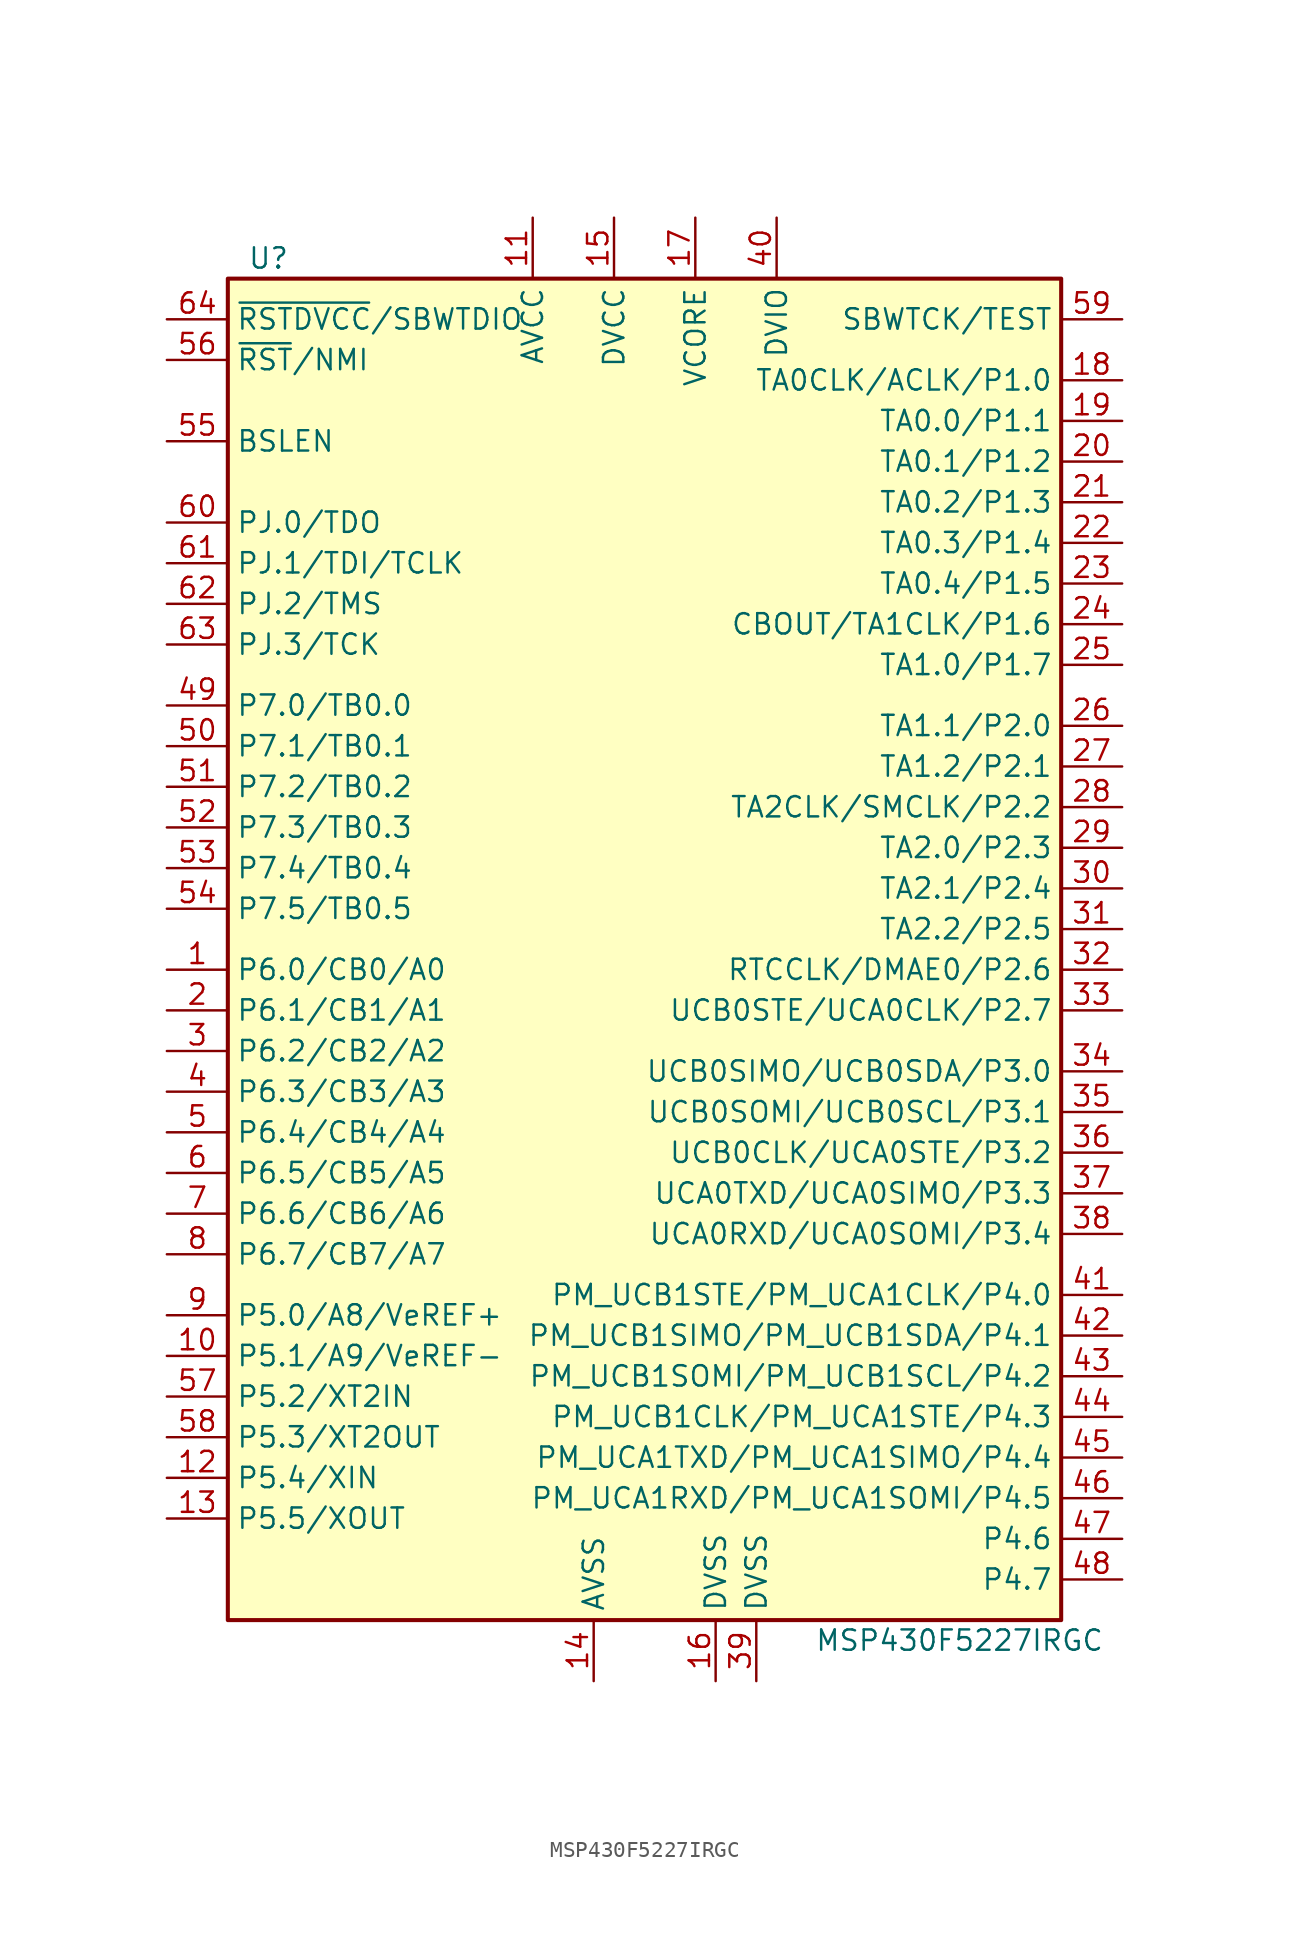
<source format=kicad_sym>
(kicad_symbol_lib
  (version 20220914)
  (generator kicad_symbol_editor)
  (symbol "MSP430F5227IRGC"
    (property "Reference" "U"
      (at -24.13 43.18 0)
      (effects (font (size 1.27 1.27))))
    (property "Value" "MSP430F5227IRGC"
      (at 19.05 -43.18 0)
      (effects (font (size 1.27 1.27))))
    (symbol "MSP430F5227IRGC_0_1"
      (rectangle (start -26.67 41.91) (end 25.4 -41.91) (stroke (width 0.254) (type default)) (fill (type background))))
    (symbol "MSP430F5227IRGC_1_1"
      (pin bidirectional line (at -30.48 -1.27 0) (length 3.81) (name "P6.0/CB0/A0" (effects (font (size 1.27 1.27)))) (number "1" (effects (font (size 1.27 1.27)))))
      (pin bidirectional line (at -30.48 -25.4 0) (length 3.81) (name "P5.1/A9/VeREF-" (effects (font (size 1.27 1.27)))) (number "10" (effects (font (size 1.27 1.27)))))
      (pin power_in line (at -7.62 45.72 270) (length 3.81) (name "AVCC" (effects (font (size 1.27 1.27)))) (number "11" (effects (font (size 1.27 1.27)))))
      (pin bidirectional line (at -30.48 -33.02 0) (length 3.81) (name "P5.4/XIN" (effects (font (size 1.27 1.27)))) (number "12" (effects (font (size 1.27 1.27)))))
      (pin bidirectional line (at -30.48 -35.56 0) (length 3.81) (name "P5.5/XOUT" (effects (font (size 1.27 1.27)))) (number "13" (effects (font (size 1.27 1.27)))))
      (pin power_in line (at -3.81 -45.72 90) (length 3.81) (name "AVSS" (effects (font (size 1.27 1.27)))) (number "14" (effects (font (size 1.27 1.27)))))
      (pin power_in line (at -2.54 45.72 270) (length 3.81) (name "DVCC" (effects (font (size 1.27 1.27)))) (number "15" (effects (font (size 1.27 1.27)))))
      (pin power_in line (at 3.81 -45.72 90) (length 3.81) (name "DVSS" (effects (font (size 1.27 1.27)))) (number "16" (effects (font (size 1.27 1.27)))))
      (pin power_in line (at 2.54 45.72 270) (length 3.81) (name "VCORE" (effects (font (size 1.27 1.27)))) (number "17" (effects (font (size 1.27 1.27)))))
      (pin bidirectional line (at 29.21 35.56 180) (length 3.81) (name "TA0CLK/ACLK/P1.0" (effects (font (size 1.27 1.27)))) (number "18" (effects (font (size 1.27 1.27)))))
      (pin bidirectional line (at 29.21 33.02 180) (length 3.81) (name "TA0.0/P1.1" (effects (font (size 1.27 1.27)))) (number "19" (effects (font (size 1.27 1.27)))))
      (pin bidirectional line (at -30.48 -3.81 0) (length 3.81) (name "P6.1/CB1/A1" (effects (font (size 1.27 1.27)))) (number "2" (effects (font (size 1.27 1.27)))))
      (pin bidirectional line (at 29.21 30.48 180) (length 3.81) (name "TA0.1/P1.2" (effects (font (size 1.27 1.27)))) (number "20" (effects (font (size 1.27 1.27)))))
      (pin bidirectional line (at 29.21 27.94 180) (length 3.81) (name "TA0.2/P1.3" (effects (font (size 1.27 1.27)))) (number "21" (effects (font (size 1.27 1.27)))))
      (pin bidirectional line (at 29.21 25.4 180) (length 3.81) (name "TA0.3/P1.4" (effects (font (size 1.27 1.27)))) (number "22" (effects (font (size 1.27 1.27)))))
      (pin bidirectional line (at 29.21 22.86 180) (length 3.81) (name "TA0.4/P1.5" (effects (font (size 1.27 1.27)))) (number "23" (effects (font (size 1.27 1.27)))))
      (pin bidirectional line (at 29.21 20.32 180) (length 3.81) (name "CBOUT/TA1CLK/P1.6" (effects (font (size 1.27 1.27)))) (number "24" (effects (font (size 1.27 1.27)))))
      (pin bidirectional line (at 29.21 17.78 180) (length 3.81) (name "TA1.0/P1.7" (effects (font (size 1.27 1.27)))) (number "25" (effects (font (size 1.27 1.27)))))
      (pin bidirectional line (at 29.21 13.97 180) (length 3.81) (name "TA1.1/P2.0" (effects (font (size 1.27 1.27)))) (number "26" (effects (font (size 1.27 1.27)))))
      (pin bidirectional line (at 29.21 11.43 180) (length 3.81) (name "TA1.2/P2.1" (effects (font (size 1.27 1.27)))) (number "27" (effects (font (size 1.27 1.27)))))
      (pin bidirectional line (at 29.21 8.89 180) (length 3.81) (name "TA2CLK/SMCLK/P2.2" (effects (font (size 1.27 1.27)))) (number "28" (effects (font (size 1.27 1.27)))))
      (pin bidirectional line (at 29.21 6.35 180) (length 3.81) (name "TA2.0/P2.3" (effects (font (size 1.27 1.27)))) (number "29" (effects (font (size 1.27 1.27)))))
      (pin bidirectional line (at -30.48 -6.35 0) (length 3.81) (name "P6.2/CB2/A2" (effects (font (size 1.27 1.27)))) (number "3" (effects (font (size 1.27 1.27)))))
      (pin bidirectional line (at 29.21 3.81 180) (length 3.81) (name "TA2.1/P2.4" (effects (font (size 1.27 1.27)))) (number "30" (effects (font (size 1.27 1.27)))))
      (pin bidirectional line (at 29.21 1.27 180) (length 3.81) (name "TA2.2/P2.5" (effects (font (size 1.27 1.27)))) (number "31" (effects (font (size 1.27 1.27)))))
      (pin bidirectional line (at 29.21 -1.27 180) (length 3.81) (name "RTCCLK/DMAE0/P2.6" (effects (font (size 1.27 1.27)))) (number "32" (effects (font (size 1.27 1.27)))))
      (pin bidirectional line (at 29.21 -3.81 180) (length 3.81) (name "UCB0STE/UCA0CLK/P2.7" (effects (font (size 1.27 1.27)))) (number "33" (effects (font (size 1.27 1.27)))))
      (pin bidirectional line (at 29.21 -7.62 180) (length 3.81) (name "UCB0SIMO/UCB0SDA/P3.0" (effects (font (size 1.27 1.27)))) (number "34" (effects (font (size 1.27 1.27)))))
      (pin bidirectional line (at 29.21 -10.16 180) (length 3.81) (name "UCB0SOMI/UCB0SCL/P3.1" (effects (font (size 1.27 1.27)))) (number "35" (effects (font (size 1.27 1.27)))))
      (pin bidirectional line (at 29.21 -12.7 180) (length 3.81) (name "UCB0CLK/UCA0STE/P3.2" (effects (font (size 1.27 1.27)))) (number "36" (effects (font (size 1.27 1.27)))))
      (pin bidirectional line (at 29.21 -15.24 180) (length 3.81) (name "UCA0TXD/UCA0SIMO/P3.3" (effects (font (size 1.27 1.27)))) (number "37" (effects (font (size 1.27 1.27)))))
      (pin bidirectional line (at 29.21 -17.78 180) (length 3.81) (name "UCA0RXD/UCA0SOMI/P3.4" (effects (font (size 1.27 1.27)))) (number "38" (effects (font (size 1.27 1.27)))))
      (pin power_in line (at 6.35 -45.72 90) (length 3.81) (name "DVSS" (effects (font (size 1.27 1.27)))) (number "39" (effects (font (size 1.27 1.27)))))
      (pin bidirectional line (at -30.48 -8.89 0) (length 3.81) (name "P6.3/CB3/A3" (effects (font (size 1.27 1.27)))) (number "4" (effects (font (size 1.27 1.27)))))
      (pin power_in line (at 7.62 45.72 270) (length 3.81) (name "DVIO" (effects (font (size 1.27 1.27)))) (number "40" (effects (font (size 1.27 1.27)))))
      (pin bidirectional line (at 29.21 -21.59 180) (length 3.81) (name "PM_UCB1STE/PM_UCA1CLK/P4.0" (effects (font (size 1.27 1.27)))) (number "41" (effects (font (size 1.27 1.27)))))
      (pin bidirectional line (at 29.21 -24.13 180) (length 3.81) (name "PM_UCB1SIMO/PM_UCB1SDA/P4.1" (effects (font (size 1.27 1.27)))) (number "42" (effects (font (size 1.27 1.27)))))
      (pin bidirectional line (at 29.21 -26.67 180) (length 3.81) (name "PM_UCB1SOMI/PM_UCB1SCL/P4.2" (effects (font (size 1.27 1.27)))) (number "43" (effects (font (size 1.27 1.27)))))
      (pin bidirectional line (at 29.21 -29.21 180) (length 3.81) (name "PM_UCB1CLK/PM_UCA1STE/P4.3" (effects (font (size 1.27 1.27)))) (number "44" (effects (font (size 1.27 1.27)))))
      (pin bidirectional line (at 29.21 -31.75 180) (length 3.81) (name "PM_UCA1TXD/PM_UCA1SIMO/P4.4" (effects (font (size 1.27 1.27)))) (number "45" (effects (font (size 1.27 1.27)))))
      (pin bidirectional line (at 29.21 -34.29 180) (length 3.81) (name "PM_UCA1RXD/PM_UCA1SOMI/P4.5" (effects (font (size 1.27 1.27)))) (number "46" (effects (font (size 1.27 1.27)))))
      (pin bidirectional line (at 29.21 -36.83 180) (length 3.81) (name "P4.6" (effects (font (size 1.27 1.27)))) (number "47" (effects (font (size 1.27 1.27)))))
      (pin bidirectional line (at 29.21 -39.37 180) (length 3.81) (name "P4.7" (effects (font (size 1.27 1.27)))) (number "48" (effects (font (size 1.27 1.27)))))
      (pin bidirectional line (at -30.48 15.24 0) (length 3.81) (name "P7.0/TB0.0" (effects (font (size 1.27 1.27)))) (number "49" (effects (font (size 1.27 1.27)))))
      (pin bidirectional line (at -30.48 -11.43 0) (length 3.81) (name "P6.4/CB4/A4" (effects (font (size 1.27 1.27)))) (number "5" (effects (font (size 1.27 1.27)))))
      (pin bidirectional line (at -30.48 12.7 0) (length 3.81) (name "P7.1/TB0.1" (effects (font (size 1.27 1.27)))) (number "50" (effects (font (size 1.27 1.27)))))
      (pin bidirectional line (at -30.48 10.16 0) (length 3.81) (name "P7.2/TB0.2" (effects (font (size 1.27 1.27)))) (number "51" (effects (font (size 1.27 1.27)))))
      (pin bidirectional line (at -30.48 7.62 0) (length 3.81) (name "P7.3/TB0.3" (effects (font (size 1.27 1.27)))) (number "52" (effects (font (size 1.27 1.27)))))
      (pin bidirectional line (at -30.48 5.08 0) (length 3.81) (name "P7.4/TB0.4" (effects (font (size 1.27 1.27)))) (number "53" (effects (font (size 1.27 1.27)))))
      (pin bidirectional line (at -30.48 2.54 0) (length 3.81) (name "P7.5/TB0.5" (effects (font (size 1.27 1.27)))) (number "54" (effects (font (size 1.27 1.27)))))
      (pin bidirectional line (at -30.48 31.75 0) (length 3.81) (name "BSLEN" (effects (font (size 1.27 1.27)))) (number "55" (effects (font (size 1.27 1.27)))))
      (pin input line (at -30.48 36.83 0) (length 3.81) (name "~{RST}/NMI" (effects (font (size 1.27 1.27)))) (number "56" (effects (font (size 1.27 1.27)))))
      (pin bidirectional line (at -30.48 -27.94 0) (length 3.81) (name "P5.2/XT2IN" (effects (font (size 1.27 1.27)))) (number "57" (effects (font (size 1.27 1.27)))))
      (pin bidirectional line (at -30.48 -30.48 0) (length 3.81) (name "P5.3/XT2OUT" (effects (font (size 1.27 1.27)))) (number "58" (effects (font (size 1.27 1.27)))))
      (pin input line (at 29.21 39.37 180) (length 3.81) (name "SBWTCK/TEST" (effects (font (size 1.27 1.27)))) (number "59" (effects (font (size 1.27 1.27)))))
      (pin bidirectional line (at -30.48 -13.97 0) (length 3.81) (name "P6.5/CB5/A5" (effects (font (size 1.27 1.27)))) (number "6" (effects (font (size 1.27 1.27)))))
      (pin bidirectional line (at -30.48 26.67 0) (length 3.81) (name "PJ.0/TDO" (effects (font (size 1.27 1.27)))) (number "60" (effects (font (size 1.27 1.27)))))
      (pin bidirectional line (at -30.48 24.13 0) (length 3.81) (name "PJ.1/TDI/TCLK" (effects (font (size 1.27 1.27)))) (number "61" (effects (font (size 1.27 1.27)))))
      (pin bidirectional line (at -30.48 21.59 0) (length 3.81) (name "PJ.2/TMS" (effects (font (size 1.27 1.27)))) (number "62" (effects (font (size 1.27 1.27)))))
      (pin bidirectional line (at -30.48 19.05 0) (length 3.81) (name "PJ.3/TCK" (effects (font (size 1.27 1.27)))) (number "63" (effects (font (size 1.27 1.27)))))
      (pin bidirectional line (at -30.48 39.37 0) (length 3.81) (name "~{RSTDVCC}/SBWTDIO" (effects (font (size 1.27 1.27)))) (number "64" (effects (font (size 1.27 1.27)))))
      (pin bidirectional line (at -30.48 -16.51 0) (length 3.81) (name "P6.6/CB6/A6" (effects (font (size 1.27 1.27)))) (number "7" (effects (font (size 1.27 1.27)))))
      (pin bidirectional line (at -30.48 -19.05 0) (length 3.81) (name "P6.7/CB7/A7" (effects (font (size 1.27 1.27)))) (number "8" (effects (font (size 1.27 1.27)))))
      (pin bidirectional line (at -30.48 -22.86 0) (length 3.81) (name "P5.0/A8/VeREF+" (effects (font (size 1.27 1.27)))) (number "9" (effects (font (size 1.27 1.27))))))))
</source>
